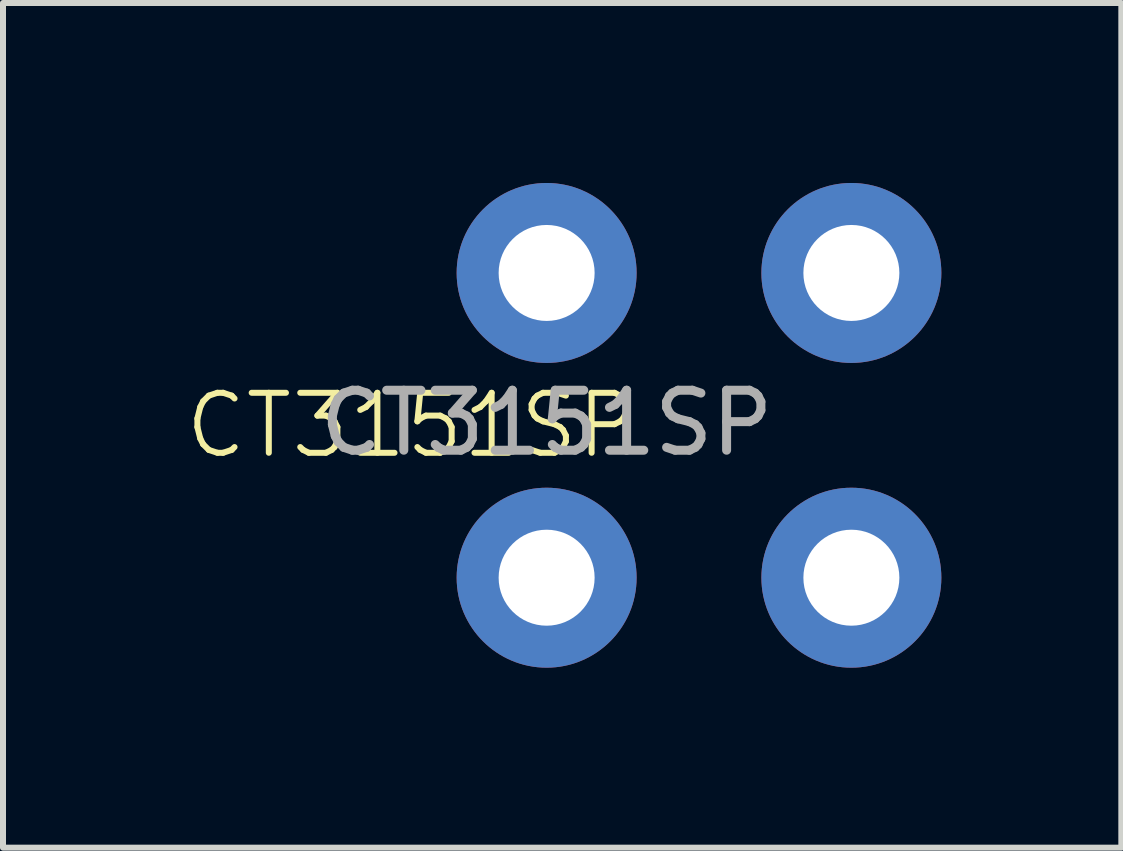
<source format=kicad_pcb>
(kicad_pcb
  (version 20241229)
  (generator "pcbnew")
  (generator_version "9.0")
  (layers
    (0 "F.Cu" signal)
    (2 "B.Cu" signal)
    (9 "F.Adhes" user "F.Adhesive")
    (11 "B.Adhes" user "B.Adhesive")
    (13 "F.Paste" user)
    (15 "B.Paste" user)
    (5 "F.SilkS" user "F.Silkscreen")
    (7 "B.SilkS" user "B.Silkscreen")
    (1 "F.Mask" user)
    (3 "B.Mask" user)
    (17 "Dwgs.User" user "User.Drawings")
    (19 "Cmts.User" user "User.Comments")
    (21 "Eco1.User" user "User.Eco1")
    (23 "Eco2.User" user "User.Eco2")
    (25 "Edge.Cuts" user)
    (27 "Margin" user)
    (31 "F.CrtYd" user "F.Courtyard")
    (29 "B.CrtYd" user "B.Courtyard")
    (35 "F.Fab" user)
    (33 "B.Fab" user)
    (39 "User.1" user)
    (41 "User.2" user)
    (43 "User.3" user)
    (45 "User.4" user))
  (footprint "CT3151SP"
    (layer "F.Cu")
    (at 6.062 1.5)
    (property "Reference" "CT3151SP" (at -2.25 2.54 0) (unlocked yes) (layer "F.SilkS") (effects (font (size 1 1) (thickness 0.1))))
    (attr through_hole)
    (fp_text user "${REFERENCE}" (at 0 2.5 0) (unlocked yes) (layer "F.Fab") (effects (font (size 1 1) (thickness 0.15))))
    (pad "1" thru_hole circle (at 0 0) (size 3 3) (drill 1.6) (layers "*.Cu" "*.Mask"))
    (pad "1" thru_hole circle (at 0 5.08) (size 3 3) (drill 1.6) (layers "*.Cu" "*.Mask"))
    (pad "1" thru_hole circle (at 5.08 0) (size 3 3) (drill 1.6) (layers "*.Cu" "*.Mask"))
    (pad "1" thru_hole circle (at 5.08 5.08) (size 3 3) (drill 1.6) (layers "*.Cu" "*.Mask")))
  (gr_rect
    (start -3 -3)
    (end 15.642 11.08)
    (stroke (width 0.1) (type default))
    (fill no)
    (layer "Edge.Cuts")))
</source>
